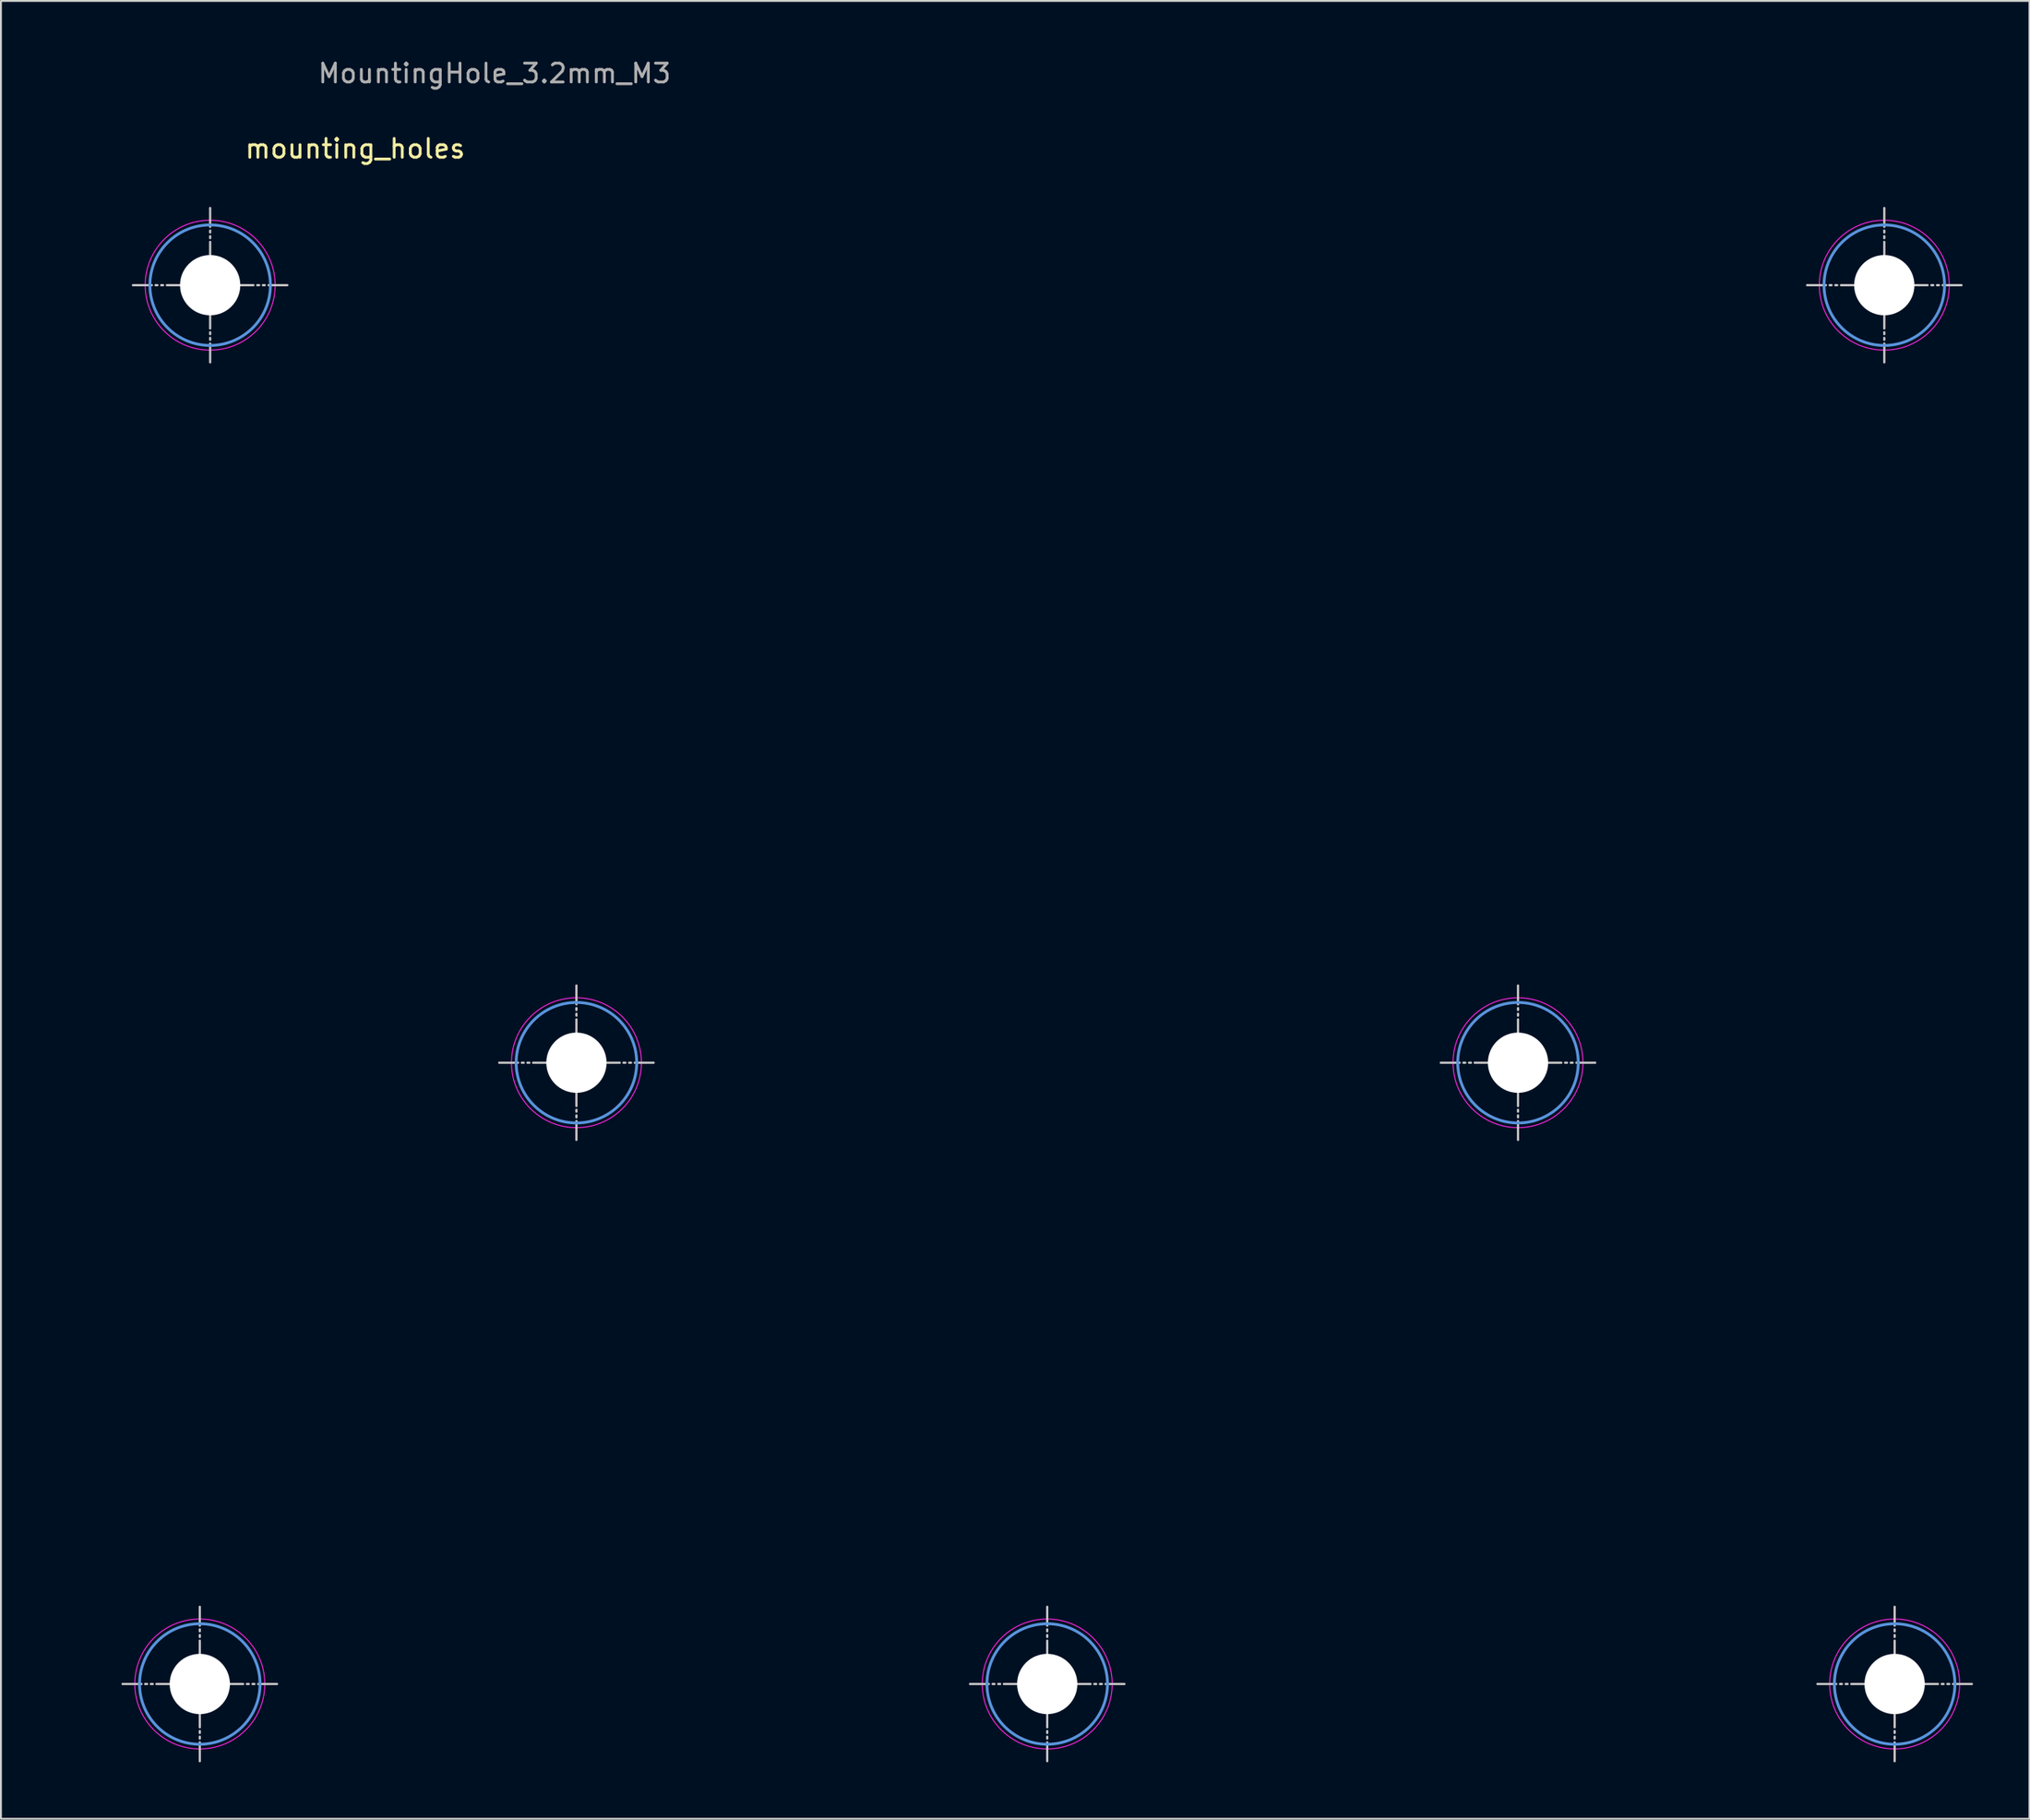
<source format=kicad_pcb>
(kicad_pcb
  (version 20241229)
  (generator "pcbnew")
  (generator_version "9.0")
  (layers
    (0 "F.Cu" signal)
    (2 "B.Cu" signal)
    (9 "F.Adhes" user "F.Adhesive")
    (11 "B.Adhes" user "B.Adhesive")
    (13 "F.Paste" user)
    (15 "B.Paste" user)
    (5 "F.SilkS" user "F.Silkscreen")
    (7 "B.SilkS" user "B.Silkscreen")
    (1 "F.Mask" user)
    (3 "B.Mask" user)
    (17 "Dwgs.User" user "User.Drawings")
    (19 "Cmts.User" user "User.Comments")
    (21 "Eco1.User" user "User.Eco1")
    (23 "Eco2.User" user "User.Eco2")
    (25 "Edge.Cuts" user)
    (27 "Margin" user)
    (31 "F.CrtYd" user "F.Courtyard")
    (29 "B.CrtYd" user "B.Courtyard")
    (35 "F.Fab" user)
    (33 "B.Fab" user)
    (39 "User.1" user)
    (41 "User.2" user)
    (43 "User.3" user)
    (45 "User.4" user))
  (footprint "mounting_holes"
    (layer "F.Cu")
    (at 2.56 8.398)
    (property "Reference" "mounting_holes" (at 13.25 -3.55 0) (layer "F.SilkS") (effects (font (size 1 1) (thickness 0.15))))
    (attr through_hole)
    (fp_line (start 0.9 78) (end 1.9 78) (stroke (width 0.12) (type solid)) (layer "Dwgs.User"))
    (fp_line (start 1.45 3.7) (end 2.45 3.7) (stroke (width 0.12) (type solid)) (layer "Dwgs.User"))
    (fp_line (start 2.1 78) (end 2.2 78) (stroke (width 0.12) (type solid)) (layer "Dwgs.User"))
    (fp_line (start 2.4 78) (end 2.5 78) (stroke (width 0.12) (type solid)) (layer "Dwgs.User"))
    (fp_line (start 2.65 3.7) (end 2.75 3.7) (stroke (width 0.12) (type solid)) (layer "Dwgs.User"))
    (fp_line (start 2.7 78) (end 3.7 78) (stroke (width 0.12) (type solid)) (layer "Dwgs.User"))
    (fp_line (start 2.95 3.7) (end 3.05 3.7) (stroke (width 0.12) (type solid)) (layer "Dwgs.User"))
    (fp_line (start 3.25 3.7) (end 4.25 3.7) (stroke (width 0.12) (type solid)) (layer "Dwgs.User"))
    (fp_line (start 3.9 78) (end 4 78) (stroke (width 0.12) (type solid)) (layer "Dwgs.User"))
    (fp_line (start 4.2 78) (end 4.3 78) (stroke (width 0.12) (type solid)) (layer "Dwgs.User"))
    (fp_line (start 4.45 3.7) (end 4.55 3.7) (stroke (width 0.12) (type solid)) (layer "Dwgs.User"))
    (fp_line (start 4.5 78) (end 5.5 78) (stroke (width 0.12) (type solid)) (layer "Dwgs.User"))
    (fp_line (start 4.75 3.7) (end 4.85 3.7) (stroke (width 0.12) (type solid)) (layer "Dwgs.User"))
    (fp_line (start 5 73.9) (end 5 74.9) (stroke (width 0.12) (type solid)) (layer "Dwgs.User"))
    (fp_line (start 5 75.1) (end 5 75.2) (stroke (width 0.12) (type solid)) (layer "Dwgs.User"))
    (fp_line (start 5 75.4) (end 5 75.5) (stroke (width 0.12) (type solid)) (layer "Dwgs.User"))
    (fp_line (start 5 75.7) (end 5 76.7) (stroke (width 0.12) (type solid)) (layer "Dwgs.User"))
    (fp_line (start 5 76.9) (end 5 77) (stroke (width 0.12) (type solid)) (layer "Dwgs.User"))
    (fp_line (start 5 77.2) (end 5 77.3) (stroke (width 0.12) (type solid)) (layer "Dwgs.User"))
    (fp_line (start 5 77.5) (end 5 78.5) (stroke (width 0.12) (type solid)) (layer "Dwgs.User"))
    (fp_line (start 5 78.7) (end 5 78.8) (stroke (width 0.12) (type solid)) (layer "Dwgs.User"))
    (fp_line (start 5 79) (end 5 79.1) (stroke (width 0.12) (type solid)) (layer "Dwgs.User"))
    (fp_line (start 5 79.3) (end 5 80.3) (stroke (width 0.12) (type solid)) (layer "Dwgs.User"))
    (fp_line (start 5 80.5) (end 5 80.6) (stroke (width 0.12) (type solid)) (layer "Dwgs.User"))
    (fp_line (start 5 80.8) (end 5 80.9) (stroke (width 0.12) (type solid)) (layer "Dwgs.User"))
    (fp_line (start 5 81.1) (end 5 82.1) (stroke (width 0.12) (type solid)) (layer "Dwgs.User"))
    (fp_line (start 5.05 3.7) (end 6.05 3.7) (stroke (width 0.12) (type solid)) (layer "Dwgs.User"))
    (fp_line (start 5.55 -0.4) (end 5.55 0.6) (stroke (width 0.12) (type solid)) (layer "Dwgs.User"))
    (fp_line (start 5.55 0.8) (end 5.55 0.9) (stroke (width 0.12) (type solid)) (layer "Dwgs.User"))
    (fp_line (start 5.55 1.1) (end 5.55 1.2) (stroke (width 0.12) (type solid)) (layer "Dwgs.User"))
    (fp_line (start 5.55 1.4) (end 5.55 2.4) (stroke (width 0.12) (type solid)) (layer "Dwgs.User"))
    (fp_line (start 5.55 2.6) (end 5.55 2.7) (stroke (width 0.12) (type solid)) (layer "Dwgs.User"))
    (fp_line (start 5.55 2.9) (end 5.55 3) (stroke (width 0.12) (type solid)) (layer "Dwgs.User"))
    (fp_line (start 5.55 3.2) (end 5.55 4.2) (stroke (width 0.12) (type solid)) (layer "Dwgs.User"))
    (fp_line (start 5.55 4.4) (end 5.55 4.5) (stroke (width 0.12) (type solid)) (layer "Dwgs.User"))
    (fp_line (start 5.55 4.7) (end 5.55 4.8) (stroke (width 0.12) (type solid)) (layer "Dwgs.User"))
    (fp_line (start 5.55 5) (end 5.55 6) (stroke (width 0.12) (type solid)) (layer "Dwgs.User"))
    (fp_line (start 5.55 6.2) (end 5.55 6.3) (stroke (width 0.12) (type solid)) (layer "Dwgs.User"))
    (fp_line (start 5.55 6.5) (end 5.55 6.6) (stroke (width 0.12) (type solid)) (layer "Dwgs.User"))
    (fp_line (start 5.55 6.8) (end 5.55 7.8) (stroke (width 0.12) (type solid)) (layer "Dwgs.User"))
    (fp_line (start 5.7 78) (end 5.8 78) (stroke (width 0.12) (type solid)) (layer "Dwgs.User"))
    (fp_line (start 6 78) (end 6.1 78) (stroke (width 0.12) (type solid)) (layer "Dwgs.User"))
    (fp_line (start 6.25 3.7) (end 6.35 3.7) (stroke (width 0.12) (type solid)) (layer "Dwgs.User"))
    (fp_line (start 6.3 78) (end 7.3 78) (stroke (width 0.12) (type solid)) (layer "Dwgs.User"))
    (fp_line (start 6.55 3.7) (end 6.65 3.7) (stroke (width 0.12) (type solid)) (layer "Dwgs.User"))
    (fp_line (start 6.85 3.7) (end 7.85 3.7) (stroke (width 0.12) (type solid)) (layer "Dwgs.User"))
    (fp_line (start 7.5 78) (end 7.6 78) (stroke (width 0.12) (type solid)) (layer "Dwgs.User"))
    (fp_line (start 7.8 78) (end 7.9 78) (stroke (width 0.12) (type solid)) (layer "Dwgs.User"))
    (fp_line (start 8.05 3.7) (end 8.15 3.7) (stroke (width 0.12) (type solid)) (layer "Dwgs.User"))
    (fp_line (start 8.1 78) (end 9.1 78) (stroke (width 0.12) (type solid)) (layer "Dwgs.User"))
    (fp_line (start 8.35 3.7) (end 8.45 3.7) (stroke (width 0.12) (type solid)) (layer "Dwgs.User"))
    (fp_line (start 8.65 3.7) (end 9.65 3.7) (stroke (width 0.12) (type solid)) (layer "Dwgs.User"))
    (fp_line (start 20.9 45) (end 21.9 45) (stroke (width 0.12) (type solid)) (layer "Dwgs.User"))
    (fp_line (start 22.1 45) (end 22.2 45) (stroke (width 0.12) (type solid)) (layer "Dwgs.User"))
    (fp_line (start 22.4 45) (end 22.5 45) (stroke (width 0.12) (type solid)) (layer "Dwgs.User"))
    (fp_line (start 22.7 45) (end 23.7 45) (stroke (width 0.12) (type solid)) (layer "Dwgs.User"))
    (fp_line (start 23.9 45) (end 24 45) (stroke (width 0.12) (type solid)) (layer "Dwgs.User"))
    (fp_line (start 24.2 45) (end 24.3 45) (stroke (width 0.12) (type solid)) (layer "Dwgs.User"))
    (fp_line (start 24.5 45) (end 25.5 45) (stroke (width 0.12) (type solid)) (layer "Dwgs.User"))
    (fp_line (start 25 40.9) (end 25 41.9) (stroke (width 0.12) (type solid)) (layer "Dwgs.User"))
    (fp_line (start 25 42.1) (end 25 42.2) (stroke (width 0.12) (type solid)) (layer "Dwgs.User"))
    (fp_line (start 25 42.4) (end 25 42.5) (stroke (width 0.12) (type solid)) (layer "Dwgs.User"))
    (fp_line (start 25 42.7) (end 25 43.7) (stroke (width 0.12) (type solid)) (layer "Dwgs.User"))
    (fp_line (start 25 43.9) (end 25 44) (stroke (width 0.12) (type solid)) (layer "Dwgs.User"))
    (fp_line (start 25 44.2) (end 25 44.3) (stroke (width 0.12) (type solid)) (layer "Dwgs.User"))
    (fp_line (start 25 44.5) (end 25 45.5) (stroke (width 0.12) (type solid)) (layer "Dwgs.User"))
    (fp_line (start 25 45.7) (end 25 45.8) (stroke (width 0.12) (type solid)) (layer "Dwgs.User"))
    (fp_line (start 25 46) (end 25 46.1) (stroke (width 0.12) (type solid)) (layer "Dwgs.User"))
    (fp_line (start 25 46.3) (end 25 47.3) (stroke (width 0.12) (type solid)) (layer "Dwgs.User"))
    (fp_line (start 25 47.5) (end 25 47.6) (stroke (width 0.12) (type solid)) (layer "Dwgs.User"))
    (fp_line (start 25 47.8) (end 25 47.9) (stroke (width 0.12) (type solid)) (layer "Dwgs.User"))
    (fp_line (start 25 48.1) (end 25 49.1) (stroke (width 0.12) (type solid)) (layer "Dwgs.User"))
    (fp_line (start 25.7 45) (end 25.8 45) (stroke (width 0.12) (type solid)) (layer "Dwgs.User"))
    (fp_line (start 26 45) (end 26.1 45) (stroke (width 0.12) (type solid)) (layer "Dwgs.User"))
    (fp_line (start 26.3 45) (end 27.3 45) (stroke (width 0.12) (type solid)) (layer "Dwgs.User"))
    (fp_line (start 27.5 45) (end 27.6 45) (stroke (width 0.12) (type solid)) (layer "Dwgs.User"))
    (fp_line (start 27.8 45) (end 27.9 45) (stroke (width 0.12) (type solid)) (layer "Dwgs.User"))
    (fp_line (start 28.1 45) (end 29.1 45) (stroke (width 0.12) (type solid)) (layer "Dwgs.User"))
    (fp_line (start 45.9 78) (end 46.9 78) (stroke (width 0.12) (type solid)) (layer "Dwgs.User"))
    (fp_line (start 47.1 78) (end 47.2 78) (stroke (width 0.12) (type solid)) (layer "Dwgs.User"))
    (fp_line (start 47.4 78) (end 47.5 78) (stroke (width 0.12) (type solid)) (layer "Dwgs.User"))
    (fp_line (start 47.7 78) (end 48.7 78) (stroke (width 0.12) (type solid)) (layer "Dwgs.User"))
    (fp_line (start 48.9 78) (end 49 78) (stroke (width 0.12) (type solid)) (layer "Dwgs.User"))
    (fp_line (start 49.2 78) (end 49.3 78) (stroke (width 0.12) (type solid)) (layer "Dwgs.User"))
    (fp_line (start 49.5 78) (end 50.5 78) (stroke (width 0.12) (type solid)) (layer "Dwgs.User"))
    (fp_line (start 50 73.9) (end 50 74.9) (stroke (width 0.12) (type solid)) (layer "Dwgs.User"))
    (fp_line (start 50 75.1) (end 50 75.2) (stroke (width 0.12) (type solid)) (layer "Dwgs.User"))
    (fp_line (start 50 75.4) (end 50 75.5) (stroke (width 0.12) (type solid)) (layer "Dwgs.User"))
    (fp_line (start 50 75.7) (end 50 76.7) (stroke (width 0.12) (type solid)) (layer "Dwgs.User"))
    (fp_line (start 50 76.9) (end 50 77) (stroke (width 0.12) (type solid)) (layer "Dwgs.User"))
    (fp_line (start 50 77.2) (end 50 77.3) (stroke (width 0.12) (type solid)) (layer "Dwgs.User"))
    (fp_line (start 50 77.5) (end 50 78.5) (stroke (width 0.12) (type solid)) (layer "Dwgs.User"))
    (fp_line (start 50 78.7) (end 50 78.8) (stroke (width 0.12) (type solid)) (layer "Dwgs.User"))
    (fp_line (start 50 79) (end 50 79.1) (stroke (width 0.12) (type solid)) (layer "Dwgs.User"))
    (fp_line (start 50 79.3) (end 50 80.3) (stroke (width 0.12) (type solid)) (layer "Dwgs.User"))
    (fp_line (start 50 80.5) (end 50 80.6) (stroke (width 0.12) (type solid)) (layer "Dwgs.User"))
    (fp_line (start 50 80.8) (end 50 80.9) (stroke (width 0.12) (type solid)) (layer "Dwgs.User"))
    (fp_line (start 50 81.1) (end 50 82.1) (stroke (width 0.12) (type solid)) (layer "Dwgs.User"))
    (fp_line (start 50.7 78) (end 50.8 78) (stroke (width 0.12) (type solid)) (layer "Dwgs.User"))
    (fp_line (start 51 78) (end 51.1 78) (stroke (width 0.12) (type solid)) (layer "Dwgs.User"))
    (fp_line (start 51.3 78) (end 52.3 78) (stroke (width 0.12) (type solid)) (layer "Dwgs.User"))
    (fp_line (start 52.5 78) (end 52.6 78) (stroke (width 0.12) (type solid)) (layer "Dwgs.User"))
    (fp_line (start 52.8 78) (end 52.9 78) (stroke (width 0.12) (type solid)) (layer "Dwgs.User"))
    (fp_line (start 53.1 78) (end 54.1 78) (stroke (width 0.12) (type solid)) (layer "Dwgs.User"))
    (fp_line (start 70.9 45) (end 71.9 45) (stroke (width 0.12) (type solid)) (layer "Dwgs.User"))
    (fp_line (start 72.1 45) (end 72.2 45) (stroke (width 0.12) (type solid)) (layer "Dwgs.User"))
    (fp_line (start 72.4 45) (end 72.5 45) (stroke (width 0.12) (type solid)) (layer "Dwgs.User"))
    (fp_line (start 72.7 45) (end 73.7 45) (stroke (width 0.12) (type solid)) (layer "Dwgs.User"))
    (fp_line (start 73.9 45) (end 74 45) (stroke (width 0.12) (type solid)) (layer "Dwgs.User"))
    (fp_line (start 74.2 45) (end 74.3 45) (stroke (width 0.12) (type solid)) (layer "Dwgs.User"))
    (fp_line (start 74.5 45) (end 75.5 45) (stroke (width 0.12) (type solid)) (layer "Dwgs.User"))
    (fp_line (start 75 40.9) (end 75 41.9) (stroke (width 0.12) (type solid)) (layer "Dwgs.User"))
    (fp_line (start 75 42.1) (end 75 42.2) (stroke (width 0.12) (type solid)) (layer "Dwgs.User"))
    (fp_line (start 75 42.4) (end 75 42.5) (stroke (width 0.12) (type solid)) (layer "Dwgs.User"))
    (fp_line (start 75 42.7) (end 75 43.7) (stroke (width 0.12) (type solid)) (layer "Dwgs.User"))
    (fp_line (start 75 43.9) (end 75 44) (stroke (width 0.12) (type solid)) (layer "Dwgs.User"))
    (fp_line (start 75 44.2) (end 75 44.3) (stroke (width 0.12) (type solid)) (layer "Dwgs.User"))
    (fp_line (start 75 44.5) (end 75 45.5) (stroke (width 0.12) (type solid)) (layer "Dwgs.User"))
    (fp_line (start 75 45.7) (end 75 45.8) (stroke (width 0.12) (type solid)) (layer "Dwgs.User"))
    (fp_line (start 75 46) (end 75 46.1) (stroke (width 0.12) (type solid)) (layer "Dwgs.User"))
    (fp_line (start 75 46.3) (end 75 47.3) (stroke (width 0.12) (type solid)) (layer "Dwgs.User"))
    (fp_line (start 75 47.5) (end 75 47.6) (stroke (width 0.12) (type solid)) (layer "Dwgs.User"))
    (fp_line (start 75 47.8) (end 75 47.9) (stroke (width 0.12) (type solid)) (layer "Dwgs.User"))
    (fp_line (start 75 48.1) (end 75 49.1) (stroke (width 0.12) (type solid)) (layer "Dwgs.User"))
    (fp_line (start 75.7 45) (end 75.8 45) (stroke (width 0.12) (type solid)) (layer "Dwgs.User"))
    (fp_line (start 76 45) (end 76.1 45) (stroke (width 0.12) (type solid)) (layer "Dwgs.User"))
    (fp_line (start 76.3 45) (end 77.3 45) (stroke (width 0.12) (type solid)) (layer "Dwgs.User"))
    (fp_line (start 77.5 45) (end 77.6 45) (stroke (width 0.12) (type solid)) (layer "Dwgs.User"))
    (fp_line (start 77.8 45) (end 77.9 45) (stroke (width 0.12) (type solid)) (layer "Dwgs.User"))
    (fp_line (start 78.1 45) (end 79.1 45) (stroke (width 0.12) (type solid)) (layer "Dwgs.User"))
    (fp_line (start 90.35 3.7) (end 91.35 3.7) (stroke (width 0.12) (type solid)) (layer "Dwgs.User"))
    (fp_line (start 90.9 78) (end 91.9 78) (stroke (width 0.12) (type solid)) (layer "Dwgs.User"))
    (fp_line (start 91.55 3.7) (end 91.65 3.7) (stroke (width 0.12) (type solid)) (layer "Dwgs.User"))
    (fp_line (start 91.85 3.7) (end 91.95 3.7) (stroke (width 0.12) (type solid)) (layer "Dwgs.User"))
    (fp_line (start 92.1 78) (end 92.2 78) (stroke (width 0.12) (type solid)) (layer "Dwgs.User"))
    (fp_line (start 92.15 3.7) (end 93.15 3.7) (stroke (width 0.12) (type solid)) (layer "Dwgs.User"))
    (fp_line (start 92.4 78) (end 92.5 78) (stroke (width 0.12) (type solid)) (layer "Dwgs.User"))
    (fp_line (start 92.7 78) (end 93.7 78) (stroke (width 0.12) (type solid)) (layer "Dwgs.User"))
    (fp_line (start 93.35 3.7) (end 93.45 3.7) (stroke (width 0.12) (type solid)) (layer "Dwgs.User"))
    (fp_line (start 93.65 3.7) (end 93.75 3.7) (stroke (width 0.12) (type solid)) (layer "Dwgs.User"))
    (fp_line (start 93.9 78) (end 94 78) (stroke (width 0.12) (type solid)) (layer "Dwgs.User"))
    (fp_line (start 93.95 3.7) (end 94.95 3.7) (stroke (width 0.12) (type solid)) (layer "Dwgs.User"))
    (fp_line (start 94.2 78) (end 94.3 78) (stroke (width 0.12) (type solid)) (layer "Dwgs.User"))
    (fp_line (start 94.45 -0.4) (end 94.45 0.6) (stroke (width 0.12) (type solid)) (layer "Dwgs.User"))
    (fp_line (start 94.45 0.8) (end 94.45 0.9) (stroke (width 0.12) (type solid)) (layer "Dwgs.User"))
    (fp_line (start 94.45 1.1) (end 94.45 1.2) (stroke (width 0.12) (type solid)) (layer "Dwgs.User"))
    (fp_line (start 94.45 1.4) (end 94.45 2.4) (stroke (width 0.12) (type solid)) (layer "Dwgs.User"))
    (fp_line (start 94.45 2.6) (end 94.45 2.7) (stroke (width 0.12) (type solid)) (layer "Dwgs.User"))
    (fp_line (start 94.45 2.9) (end 94.45 3) (stroke (width 0.12) (type solid)) (layer "Dwgs.User"))
    (fp_line (start 94.45 3.2) (end 94.45 4.2) (stroke (width 0.12) (type solid)) (layer "Dwgs.User"))
    (fp_line (start 94.45 4.4) (end 94.45 4.5) (stroke (width 0.12) (type solid)) (layer "Dwgs.User"))
    (fp_line (start 94.45 4.7) (end 94.45 4.8) (stroke (width 0.12) (type solid)) (layer "Dwgs.User"))
    (fp_line (start 94.45 5) (end 94.45 6) (stroke (width 0.12) (type solid)) (layer "Dwgs.User"))
    (fp_line (start 94.45 6.2) (end 94.45 6.3) (stroke (width 0.12) (type solid)) (layer "Dwgs.User"))
    (fp_line (start 94.45 6.5) (end 94.45 6.6) (stroke (width 0.12) (type solid)) (layer "Dwgs.User"))
    (fp_line (start 94.45 6.8) (end 94.45 7.8) (stroke (width 0.12) (type solid)) (layer "Dwgs.User"))
    (fp_line (start 94.5 78) (end 95.5 78) (stroke (width 0.12) (type solid)) (layer "Dwgs.User"))
    (fp_line (start 95 73.9) (end 95 74.9) (stroke (width 0.12) (type solid)) (layer "Dwgs.User"))
    (fp_line (start 95 75.1) (end 95 75.2) (stroke (width 0.12) (type solid)) (layer "Dwgs.User"))
    (fp_line (start 95 75.4) (end 95 75.5) (stroke (width 0.12) (type solid)) (layer "Dwgs.User"))
    (fp_line (start 95 75.7) (end 95 76.7) (stroke (width 0.12) (type solid)) (layer "Dwgs.User"))
    (fp_line (start 95 76.9) (end 95 77) (stroke (width 0.12) (type solid)) (layer "Dwgs.User"))
    (fp_line (start 95 77.2) (end 95 77.3) (stroke (width 0.12) (type solid)) (layer "Dwgs.User"))
    (fp_line (start 95 77.5) (end 95 78.5) (stroke (width 0.12) (type solid)) (layer "Dwgs.User"))
    (fp_line (start 95 78.7) (end 95 78.8) (stroke (width 0.12) (type solid)) (layer "Dwgs.User"))
    (fp_line (start 95 79) (end 95 79.1) (stroke (width 0.12) (type solid)) (layer "Dwgs.User"))
    (fp_line (start 95 79.3) (end 95 80.3) (stroke (width 0.12) (type solid)) (layer "Dwgs.User"))
    (fp_line (start 95 80.5) (end 95 80.6) (stroke (width 0.12) (type solid)) (layer "Dwgs.User"))
    (fp_line (start 95 80.8) (end 95 80.9) (stroke (width 0.12) (type solid)) (layer "Dwgs.User"))
    (fp_line (start 95 81.1) (end 95 82.1) (stroke (width 0.12) (type solid)) (layer "Dwgs.User"))
    (fp_line (start 95.15 3.7) (end 95.25 3.7) (stroke (width 0.12) (type solid)) (layer "Dwgs.User"))
    (fp_line (start 95.45 3.7) (end 95.55 3.7) (stroke (width 0.12) (type solid)) (layer "Dwgs.User"))
    (fp_line (start 95.7 78) (end 95.8 78) (stroke (width 0.12) (type solid)) (layer "Dwgs.User"))
    (fp_line (start 95.75 3.7) (end 96.75 3.7) (stroke (width 0.12) (type solid)) (layer "Dwgs.User"))
    (fp_line (start 96 78) (end 96.1 78) (stroke (width 0.12) (type solid)) (layer "Dwgs.User"))
    (fp_line (start 96.3 78) (end 97.3 78) (stroke (width 0.12) (type solid)) (layer "Dwgs.User"))
    (fp_line (start 96.95 3.7) (end 97.05 3.7) (stroke (width 0.12) (type solid)) (layer "Dwgs.User"))
    (fp_line (start 97.25 3.7) (end 97.35 3.7) (stroke (width 0.12) (type solid)) (layer "Dwgs.User"))
    (fp_line (start 97.5 78) (end 97.6 78) (stroke (width 0.12) (type solid)) (layer "Dwgs.User"))
    (fp_line (start 97.55 3.7) (end 98.55 3.7) (stroke (width 0.12) (type solid)) (layer "Dwgs.User"))
    (fp_line (start 97.8 78) (end 97.9 78) (stroke (width 0.12) (type solid)) (layer "Dwgs.User"))
    (fp_line (start 98.1 78) (end 99.1 78) (stroke (width 0.12) (type solid)) (layer "Dwgs.User"))
    (fp_circle (center 5 78) (end 8.2 78) (stroke (width 0.15) (type solid)) (fill no) (layer "Cmts.User"))
    (fp_circle (center 5.55 3.7) (end 8.75 3.7) (stroke (width 0.15) (type solid)) (fill no) (layer "Cmts.User"))
    (fp_circle (center 25 45) (end 28.2 45) (stroke (width 0.15) (type solid)) (fill no) (layer "Cmts.User"))
    (fp_circle (center 50 78) (end 53.2 78) (stroke (width 0.15) (type solid)) (fill no) (layer "Cmts.User"))
    (fp_circle (center 75 45) (end 71.8 45) (stroke (width 0.15) (type solid)) (fill no) (layer "Cmts.User"))
    (fp_circle (center 94.45 3.7) (end 97.65 3.7) (stroke (width 0.15) (type solid)) (fill no) (layer "Cmts.User"))
    (fp_circle (center 95 78) (end 98.2 78) (stroke (width 0.15) (type solid)) (fill no) (layer "Cmts.User"))
    (fp_line (start -2.5 0) (end 2.5 0) (stroke (width 0.12) (type solid)) (layer "Eco2.User"))
    (fp_line (start 0 -2.5) (end 0 2.5) (stroke (width 0.12) (type solid)) (layer "Eco2.User"))
    (fp_circle (center 5 78) (end 8.45 78) (stroke (width 0.05) (type solid)) (fill no) (layer "F.CrtYd"))
    (fp_circle (center 5.55 3.7) (end 9 3.7) (stroke (width 0.05) (type solid)) (fill no) (layer "F.CrtYd"))
    (fp_circle (center 25 45) (end 28.45 45) (stroke (width 0.05) (type solid)) (fill no) (layer "F.CrtYd"))
    (fp_circle (center 50 78) (end 53.45 78) (stroke (width 0.05) (type solid)) (fill no) (layer "F.CrtYd"))
    (fp_circle (center 75 45) (end 71.55 45) (stroke (width 0.05) (type solid)) (fill no) (layer "F.CrtYd"))
    (fp_circle (center 94.45 3.7) (end 97.9 3.7) (stroke (width 0.05) (type solid)) (fill no) (layer "F.CrtYd"))
    (fp_circle (center 95 78) (end 98.45 78) (stroke (width 0.05) (type solid)) (fill no) (layer "F.CrtYd"))
    (fp_text user "MountingHole_3.2mm_M3" (at 20.65 -7.55 0) (layer "F.Fab") (effects (font (size 1 1) (thickness 0.15))))
    (pad "" np_thru_hole circle (at 5 78) (size 3.2 3.2) (drill 3.2) (layers "*.Cu" "*.Mask"))
    (pad "" np_thru_hole circle (at 5.55 3.7) (size 3.2 3.2) (drill 3.2) (layers "*.Cu" "*.Mask"))
    (pad "" np_thru_hole circle (at 25 45) (size 3.2 3.2) (drill 3.2) (layers "*.Cu" "*.Mask"))
    (pad "" np_thru_hole circle (at 50 78) (size 3.2 3.2) (drill 3.2) (layers "*.Cu" "*.Mask"))
    (pad "" np_thru_hole circle (at 75 45 180) (size 3.2 3.2) (drill 3.2) (layers "*.Cu" "*.Mask"))
    (pad "" np_thru_hole circle (at 94.45 3.7) (size 3.2 3.2) (drill 3.2) (layers "*.Cu" "*.Mask"))
    (pad "" np_thru_hole circle (at 95 78) (size 3.2 3.2) (drill 3.2) (layers "*.Cu" "*.Mask")))
  (gr_rect
    (start -3 -3)
    (end 104.72 93.558)
    (stroke (width 0.1) (type default))
    (fill no)
    (layer "Edge.Cuts")))
</source>
